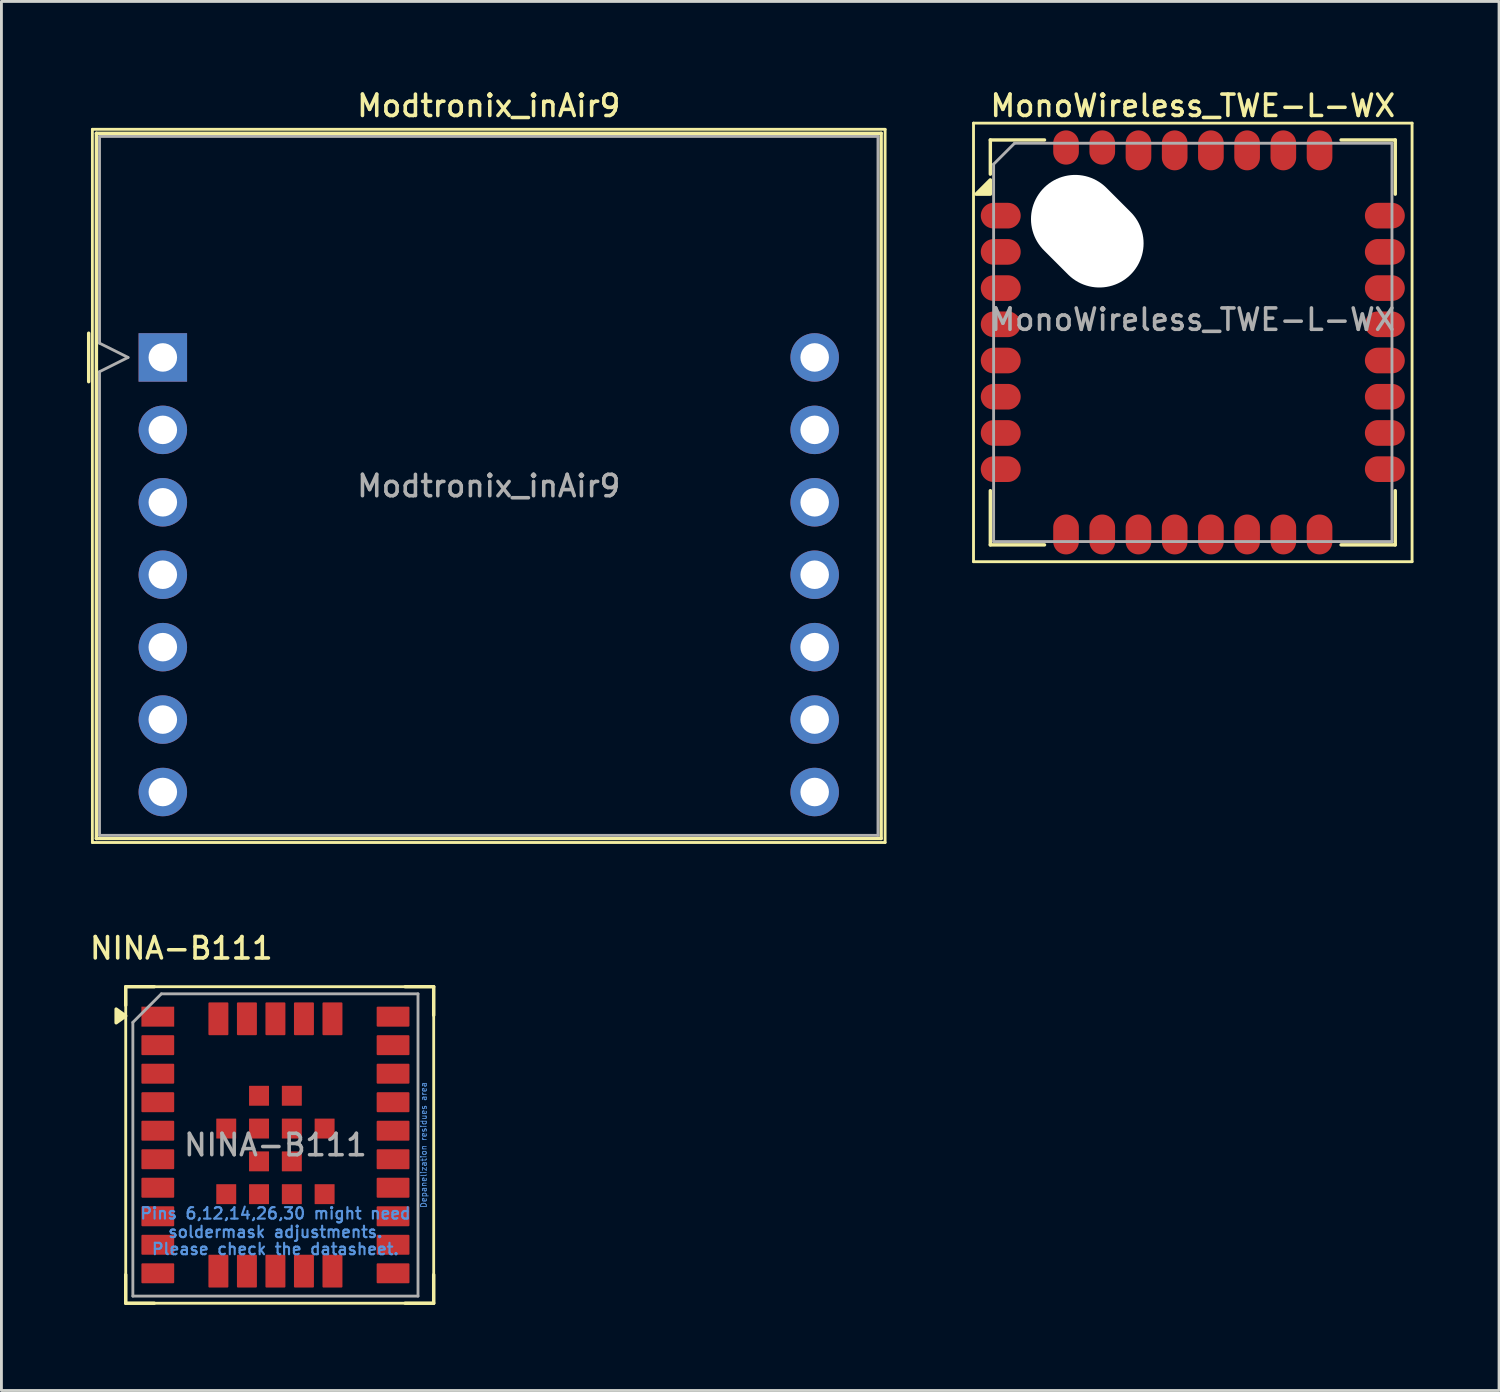
<source format=kicad_pcb>
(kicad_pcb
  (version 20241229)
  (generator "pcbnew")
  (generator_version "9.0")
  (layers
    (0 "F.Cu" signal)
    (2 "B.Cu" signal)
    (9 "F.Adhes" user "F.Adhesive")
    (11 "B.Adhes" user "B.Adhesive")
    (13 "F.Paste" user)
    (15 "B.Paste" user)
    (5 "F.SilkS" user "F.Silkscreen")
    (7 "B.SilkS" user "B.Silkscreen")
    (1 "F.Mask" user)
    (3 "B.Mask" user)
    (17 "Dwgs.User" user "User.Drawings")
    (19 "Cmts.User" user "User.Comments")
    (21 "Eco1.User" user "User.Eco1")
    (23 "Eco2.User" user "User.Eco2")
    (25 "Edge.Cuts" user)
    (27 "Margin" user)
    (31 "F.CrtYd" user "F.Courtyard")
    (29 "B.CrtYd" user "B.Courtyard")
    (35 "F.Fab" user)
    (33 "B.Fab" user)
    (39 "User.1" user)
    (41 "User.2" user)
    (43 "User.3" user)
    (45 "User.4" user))
  (footprint "Modtronix_inAir9"
    (layer "F.Cu")
    (at 2.66 9.485)
    (property "Reference" "Modtronix_inAir9" (at 11.43 -8.826 0) (layer "F.SilkS") (effects (font (size 0.75 0.75) (thickness 0.125))))
    (attr through_hole)
    (fp_line (start -2.6 -0.85) (end -2.6 0.85) (stroke (width 0.12) (type solid)) (layer "F.SilkS"))
    (fp_line (start -2.47 -8) (end 25.33 -8) (stroke (width 0.1) (type solid)) (layer "F.SilkS"))
    (fp_line (start -2.47 17.01) (end -2.47 -8) (stroke (width 0.1) (type solid)) (layer "F.SilkS"))
    (fp_line (start -2.33 -7.86) (end 25.19 -7.86) (stroke (width 0.12) (type solid)) (layer "F.SilkS"))
    (fp_line (start -2.33 16.87) (end -2.33 -7.86) (stroke (width 0.12) (type solid)) (layer "F.SilkS"))
    (fp_line (start 25.19 -7.86) (end 25.19 16.87) (stroke (width 0.12) (type solid)) (layer "F.SilkS"))
    (fp_line (start 25.19 16.87) (end -2.33 16.87) (stroke (width 0.12) (type solid)) (layer "F.SilkS"))
    (fp_line (start 25.33 -8) (end 25.33 17.01) (stroke (width 0.1) (type solid)) (layer "F.SilkS"))
    (fp_line (start 25.33 17.01) (end -2.47 17.01) (stroke (width 0.1) (type solid)) (layer "F.SilkS"))
    (fp_line (start -2.22 -7.75) (end 25.08 -7.75) (stroke (width 0.1) (type solid)) (layer "F.Fab"))
    (fp_line (start -2.22 -0.5) (end -2.22 -7.75) (stroke (width 0.1) (type solid)) (layer "F.Fab"))
    (fp_line (start -2.22 0.5) (end -1.22 0) (stroke (width 0.1) (type solid)) (layer "F.Fab"))
    (fp_line (start -2.22 16.76) (end -2.22 0.5) (stroke (width 0.1) (type solid)) (layer "F.Fab"))
    (fp_line (start -2.22 16.76) (end 25.08 16.76) (stroke (width 0.1) (type solid)) (layer "F.Fab"))
    (fp_line (start -1.22 0) (end -2.22 -0.5) (stroke (width 0.1) (type solid)) (layer "F.Fab"))
    (fp_line (start 25.08 -7.75) (end 25.08 16.76) (stroke (width 0.1) (type solid)) (layer "F.Fab"))
    (fp_text user "${REFERENCE}" (at 11.43 4.508 0) (layer "F.Fab") (effects (font (size 0.75 0.75) (thickness 0.125))))
    (pad "1" thru_hole rect (at 0 0) (size 1.7 1.7) (drill 1) (layers "*.Cu" "*.Mask"))
    (pad "2" thru_hole circle (at 0 2.54) (size 1.7 1.7) (drill 1) (layers "*.Cu" "*.Mask"))
    (pad "3" thru_hole circle (at 0 5.08) (size 1.7 1.7) (drill 1) (layers "*.Cu" "*.Mask"))
    (pad "4" thru_hole circle (at 0 7.62) (size 1.7 1.7) (drill 1) (layers "*.Cu" "*.Mask"))
    (pad "5" thru_hole circle (at 0 10.16) (size 1.7 1.7) (drill 1) (layers "*.Cu" "*.Mask"))
    (pad "6" thru_hole circle (at 0 12.7) (size 1.7 1.7) (drill 1) (layers "*.Cu" "*.Mask"))
    (pad "7" thru_hole circle (at 0 15.24) (size 1.7 1.7) (drill 1) (layers "*.Cu" "*.Mask"))
    (pad "8" thru_hole circle (at 22.86 15.24) (size 1.7 1.7) (drill 1) (layers "*.Cu" "*.Mask"))
    (pad "9" thru_hole circle (at 22.86 12.7) (size 1.7 1.7) (drill 1) (layers "*.Cu" "*.Mask"))
    (pad "10" thru_hole circle (at 22.86 10.16) (size 1.7 1.7) (drill 1) (layers "*.Cu" "*.Mask"))
    (pad "11" thru_hole circle (at 22.86 7.62) (size 1.7 1.7) (drill 1) (layers "*.Cu" "*.Mask"))
    (pad "12" thru_hole circle (at 22.86 5.08) (size 1.7 1.7) (drill 1) (layers "*.Cu" "*.Mask"))
    (pad "13" thru_hole circle (at 22.86 2.54) (size 1.7 1.7) (drill 1) (layers "*.Cu" "*.Mask"))
    (pad "14" thru_hole circle (at 22.86 0) (size 1.7 1.7) (drill 1) (layers "*.Cu" "*.Mask")))
  (footprint "NINA-B111"
    (layer "F.Cu")
    (at 6.609 37.103)
    (property "Reference" "NINA-B111" (at -3.3 -6.9 180) (layer "F.SilkS") (effects (font (size 0.75 0.75) (thickness 0.125))))
    (attr smd)
    (fp_line (start -5.25 -5.55) (end -4.25 -5.55) (stroke (width 0.12) (type solid)) (layer "F.SilkS"))
    (fp_line (start -5.25 -4.9) (end -5.25 -5.55) (stroke (width 0.12) (type solid)) (layer "F.SilkS"))
    (fp_line (start -5.25 5.55) (end -5.25 4.55) (stroke (width 0.12) (type solid)) (layer "F.SilkS"))
    (fp_line (start -4.25 5.55) (end -5.25 5.55) (stroke (width 0.12) (type solid)) (layer "F.SilkS"))
    (fp_line (start 4.55 -5.55) (end 5.55 -5.55) (stroke (width 0.12) (type solid)) (layer "F.SilkS"))
    (fp_line (start 5.55 -5.55) (end 5.55 -4.55) (stroke (width 0.12) (type solid)) (layer "F.SilkS"))
    (fp_line (start 5.55 4.55) (end 5.55 5.55) (stroke (width 0.12) (type solid)) (layer "F.SilkS"))
    (fp_line (start 5.55 5.55) (end 4.55 5.55) (stroke (width 0.12) (type solid)) (layer "F.SilkS"))
    (fp_rect (start -5.25 -5.55) (end 5.55 5.55) (stroke (width 0.1) (type solid)) (fill no) (layer "F.SilkS"))
    (fp_poly (pts (xy -5.25 -4.525) (xy -5.586 -4.285) (xy -5.586 -4.765) (xy -5.25 -4.525)) (stroke (width 0.12) (type solid)) (fill yes) (layer "F.SilkS"))
    (fp_line (start -5 -4.3) (end -5 5.3) (stroke (width 0.1) (type solid)) (layer "F.Fab"))
    (fp_line (start -5 -4.3) (end -4 -5.3) (stroke (width 0.1) (type solid)) (layer "F.Fab"))
    (fp_line (start -5 5.3) (end 5 5.3) (stroke (width 0.1) (type solid)) (layer "F.Fab"))
    (fp_line (start 5 -5.3) (end -4 -5.3) (stroke (width 0.1) (type solid)) (layer "F.Fab"))
    (fp_line (start 5 5.3) (end 5 -5.3) (stroke (width 0.1) (type solid)) (layer "F.Fab"))
    (fp_text user "soldermask adjustments." (at 0 3.05 0) (unlocked yes) (layer "Cmts.User") (effects (font (size 0.4 0.4) (thickness 0.075))))
    (fp_text user "Depanelization residues area" (at 5.2 0 90) (unlocked yes) (layer "Cmts.User") (effects (font (size 0.2 0.2) (thickness 0.03))))
    (fp_text user "Please check the datasheet." (at 0 3.65 0) (unlocked yes) (layer "Cmts.User") (effects (font (size 0.4 0.4) (thickness 0.075))))
    (fp_text user "Pins 6,12,14,26,30 might need" (at 0 2.4 0) (unlocked yes) (layer "Cmts.User") (effects (font (size 0.4 0.4) (thickness 0.075))))
    (fp_text user "${REFERENCE}" (at 0 0 0) (unlocked yes) (layer "F.Fab") (effects (font (size 0.75 0.75) (thickness 0.125))))
    (pad "1" smd rect (at -4.125 -4.5) (size 1.15 0.7) (layers "F.Cu" "F.Mask" "F.Paste"))
    (pad "2" smd roundrect (at -4.125 -3.5) (size 1.15 0.7) (layers "F.Cu" "F.Mask" "F.Paste") (roundrect_rratio 0.05))
    (pad "3" smd roundrect (at -4.125 -2.5) (size 1.15 0.7) (layers "F.Cu" "F.Mask" "F.Paste") (roundrect_rratio 0.05))
    (pad "4" smd roundrect (at -4.125 -1.5) (size 1.15 0.7) (layers "F.Cu" "F.Mask" "F.Paste") (roundrect_rratio 0.05))
    (pad "5" smd roundrect (at -4.125 -0.5) (size 1.15 0.7) (layers "F.Cu" "F.Mask" "F.Paste") (roundrect_rratio 0.05))
    (pad "6" smd roundrect (at -4.125 0.5) (size 1.15 0.7) (layers "F.Cu" "F.Mask" "F.Paste") (roundrect_rratio 0.05))
    (pad "7" smd roundrect (at -4.125 1.5) (size 1.15 0.7) (layers "F.Cu" "F.Mask" "F.Paste") (roundrect_rratio 0.05))
    (pad "8" smd roundrect (at -4.125 2.5) (size 1.15 0.7) (layers "F.Cu" "F.Mask" "F.Paste") (roundrect_rratio 0.05))
    (pad "9" smd roundrect (at -4.125 3.5) (size 1.15 0.7) (layers "F.Cu" "F.Mask" "F.Paste") (roundrect_rratio 0.05))
    (pad "10" smd roundrect (at -4.125 4.5) (size 1.15 0.7) (layers "F.Cu" "F.Mask" "F.Paste") (roundrect_rratio 0.05))
    (pad "11" smd roundrect (at -2 4.425 90) (size 1.15 0.7) (layers "F.Cu" "F.Mask" "F.Paste") (roundrect_rratio 0.05))
    (pad "12" smd roundrect (at -1 4.425 90) (size 1.15 0.7) (layers "F.Cu" "F.Mask" "F.Paste") (roundrect_rratio 0.05))
    (pad "13" smd roundrect (at 0 4.425 90) (size 1.15 0.7) (layers "F.Cu" "F.Mask" "F.Paste") (roundrect_rratio 0.05))
    (pad "14" smd roundrect (at 1 4.425 90) (size 1.15 0.7) (layers "F.Cu" "F.Mask" "F.Paste") (roundrect_rratio 0.05))
    (pad "15" smd roundrect (at 2 4.425 90) (size 1.15 0.7) (layers "F.Cu" "F.Mask" "F.Paste") (roundrect_rratio 0.05))
    (pad "16" smd roundrect (at 4.125 4.5) (size 1.15 0.7) (layers "F.Cu" "F.Mask" "F.Paste") (roundrect_rratio 0.05))
    (pad "17" smd roundrect (at 4.125 3.5) (size 1.15 0.7) (layers "F.Cu" "F.Mask" "F.Paste") (roundrect_rratio 0.05))
    (pad "18" smd roundrect (at 4.125 2.5) (size 1.15 0.7) (layers "F.Cu" "F.Mask" "F.Paste") (roundrect_rratio 0.05))
    (pad "19" smd roundrect (at 4.125 1.5) (size 1.15 0.7) (layers "F.Cu" "F.Mask" "F.Paste") (roundrect_rratio 0.05))
    (pad "20" smd roundrect (at 4.125 0.5) (size 1.15 0.7) (layers "F.Cu" "F.Mask" "F.Paste") (roundrect_rratio 0.05))
    (pad "21" smd roundrect (at 4.125 -0.5) (size 1.15 0.7) (layers "F.Cu" "F.Mask" "F.Paste") (roundrect_rratio 0.05))
    (pad "22" smd roundrect (at 4.125 -1.5) (size 1.15 0.7) (layers "F.Cu" "F.Mask" "F.Paste") (roundrect_rratio 0.05))
    (pad "23" smd roundrect (at 4.125 -2.5) (size 1.15 0.7) (layers "F.Cu" "F.Mask" "F.Paste") (roundrect_rratio 0.05))
    (pad "24" smd roundrect (at 4.125 -3.5) (size 1.15 0.7) (layers "F.Cu" "F.Mask" "F.Paste") (roundrect_rratio 0.05))
    (pad "25" smd roundrect (at 4.125 -4.5) (size 1.15 0.7) (layers "F.Cu" "F.Mask" "F.Paste") (roundrect_rratio 0.05))
    (pad "26" smd roundrect (at 2 -4.425 90) (size 1.15 0.7) (layers "F.Cu" "F.Mask" "F.Paste") (roundrect_rratio 0.05))
    (pad "27" smd roundrect (at 1 -4.425 90) (size 1.15 0.7) (layers "F.Cu" "F.Mask" "F.Paste") (roundrect_rratio 0.05))
    (pad "28" smd roundrect (at 0 -4.425 90) (size 1.15 0.7) (layers "F.Cu" "F.Mask" "F.Paste") (roundrect_rratio 0.05))
    (pad "29" smd roundrect (at -1 -4.425 90) (size 1.15 0.7) (layers "F.Cu" "F.Mask" "F.Paste") (roundrect_rratio 0.05))
    (pad "30" smd roundrect (at -2 -4.425 90) (size 1.15 0.7) (layers "F.Cu" "F.Mask" "F.Paste") (roundrect_rratio 0.05))
    (pad "31" smd roundrect (at -0.575 -1.725 270) (size 0.7 0.7) (layers "F.Cu" "F.Mask" "F.Paste") (roundrect_rratio 0.02))
    (pad "32" smd roundrect (at 0.575 -1.725 270) (size 0.7 0.7) (layers "F.Cu" "F.Mask" "F.Paste") (roundrect_rratio 0.02))
    (pad "33" smd roundrect (at -1.725 -0.575 270) (size 0.7 0.7) (layers "F.Cu" "F.Mask" "F.Paste") (roundrect_rratio 0.02))
    (pad "34" smd roundrect (at -0.575 -0.575 270) (size 0.7 0.7) (layers "F.Cu" "F.Mask" "F.Paste") (roundrect_rratio 0.02))
    (pad "35" smd roundrect (at 0.575 -0.575 270) (size 0.7 0.7) (layers "F.Cu" "F.Mask" "F.Paste") (roundrect_rratio 0.02))
    (pad "36" smd roundrect (at 1.725 -0.575 270) (size 0.7 0.7) (layers "F.Cu" "F.Mask" "F.Paste") (roundrect_rratio 0.02))
    (pad "37" smd roundrect (at -0.575 0.575 270) (size 0.7 0.7) (layers "F.Cu" "F.Mask" "F.Paste") (roundrect_rratio 0.02))
    (pad "38" smd roundrect (at 0.575 0.575 270) (size 0.7 0.7) (layers "F.Cu" "F.Mask" "F.Paste") (roundrect_rratio 0.02))
    (pad "39" smd roundrect (at -1.725 1.725 270) (size 0.7 0.7) (layers "F.Cu" "F.Mask" "F.Paste") (roundrect_rratio 0.02))
    (pad "40" smd roundrect (at -0.575 1.725 270) (size 0.7 0.7) (layers "F.Cu" "F.Mask" "F.Paste") (roundrect_rratio 0.02))
    (pad "41" smd roundrect (at 0.575 1.725 270) (size 0.7 0.7) (layers "F.Cu" "F.Mask" "F.Paste") (roundrect_rratio 0.02))
    (pad "42" smd roundrect (at 1.725 1.725 270) (size 0.7 0.7) (layers "F.Cu" "F.Mask" "F.Paste") (roundrect_rratio 0.02))
    (zone (net_name "") (layer "F.Cu") (name "Depanelization residues area") (hatch edge 0.508) (connect_pads) (min_thickness 0.254) (filled_areas_thickness no) (keepout (tracks allowed) (vias allowed) (pads allowed) (copperpour allowed) (footprints not_allowed)) (placement (enabled no)) (fill) (polygon (pts (xy 11.959 42.403) (xy 11.609 42.403) (xy 11.609 31.803) (xy 11.959 31.803)))))
  (footprint "MonoWireless_TWE-L-WX"
    (layer "F.Cu")
    (at 38.78 8.958)
    (property "Reference" "MonoWireless_TWE-L-WX" (at 0 -8.3 0) (layer "F.SilkS") (effects (font (size 0.75 0.75) (thickness 0.125))))
    (attr smd)
    (fp_line (start -7.69 -7.69) (end -7.69 7.69) (stroke (width 0.1) (type solid)) (layer "F.SilkS"))
    (fp_line (start -7.69 7.69) (end 7.69 7.69) (stroke (width 0.1) (type solid)) (layer "F.SilkS"))
    (fp_line (start -7.1 -7.1) (end -7.1 -5.9) (stroke (width 0.12) (type solid)) (layer "F.SilkS"))
    (fp_line (start -7.1 5.2) (end -7.1 7.1) (stroke (width 0.12) (type solid)) (layer "F.SilkS"))
    (fp_line (start -7.1 7.1) (end -5.2 7.1) (stroke (width 0.12) (type solid)) (layer "F.SilkS"))
    (fp_line (start -5.2 -7.1) (end -7.1 -7.1) (stroke (width 0.12) (type solid)) (layer "F.SilkS"))
    (fp_line (start 5.2 -7.1) (end 7.1 -7.1) (stroke (width 0.12) (type solid)) (layer "F.SilkS"))
    (fp_line (start 5.2 7.1) (end 7.1 7.1) (stroke (width 0.12) (type solid)) (layer "F.SilkS"))
    (fp_line (start 7.1 -7.1) (end 7.1 -5.2) (stroke (width 0.12) (type solid)) (layer "F.SilkS"))
    (fp_line (start 7.1 7.1) (end 7.1 5.2) (stroke (width 0.12) (type solid)) (layer "F.SilkS"))
    (fp_line (start 7.69 -7.69) (end -7.69 -7.69) (stroke (width 0.1) (type solid)) (layer "F.SilkS"))
    (fp_line (start 7.69 7.69) (end 7.69 -7.69) (stroke (width 0.1) (type solid)) (layer "F.SilkS"))
    (fp_poly (pts (xy -7.1 -5.2) (xy -7.6 -5.2) (xy -7.1 -5.7) (xy -7.1 -5.2)) (stroke (width 0.12) (type solid)) (fill yes) (layer "F.SilkS"))
    (fp_line (start -6.985 -6.25) (end -6.985 6.985) (stroke (width 0.1) (type solid)) (layer "F.Fab"))
    (fp_line (start -6.985 6.985) (end 6.985 6.985) (stroke (width 0.1) (type solid)) (layer "F.Fab"))
    (fp_line (start -6.25 -6.985) (end -6.985 -6.25) (stroke (width 0.1) (type solid)) (layer "F.Fab"))
    (fp_line (start 6.985 -6.985) (end -6.25 -6.985) (stroke (width 0.1) (type solid)) (layer "F.Fab"))
    (fp_line (start 6.985 6.985) (end 6.985 -6.985) (stroke (width 0.1) (type solid)) (layer "F.Fab"))
    (fp_text user "${REFERENCE}" (at 0 -0.8 0) (layer "F.Fab") (effects (font (size 0.75 0.75) (thickness 0.125))))
    (pad "" np_thru_hole oval (at -3.7 -3.9 315) (size 4.3 3.1) (drill oval 4.3 3.1) (layers "*.Cu" "*.Mask"))
    (pad "1" smd oval (at -6.735 -4.445 90) (size 0.9 1.4) (layers "F.Cu" "F.Mask" "F.Paste"))
    (pad "2" smd oval (at -6.735 -3.175 90) (size 0.9 1.4) (layers "F.Cu" "F.Mask" "F.Paste"))
    (pad "3" smd oval (at -6.735 -1.905 90) (size 0.9 1.4) (layers "F.Cu" "F.Mask" "F.Paste"))
    (pad "4" smd oval (at -6.735 -0.635 90) (size 0.9 1.4) (layers "F.Cu" "F.Mask" "F.Paste"))
    (pad "5" smd oval (at -6.735 0.635 90) (size 0.9 1.4) (layers "F.Cu" "F.Mask" "F.Paste"))
    (pad "6" smd oval (at -6.735 1.905 90) (size 0.9 1.4) (layers "F.Cu" "F.Mask" "F.Paste"))
    (pad "7" smd oval (at -6.735 3.175 90) (size 0.9 1.4) (layers "F.Cu" "F.Mask" "F.Paste"))
    (pad "8" smd oval (at -6.735 4.445 90) (size 0.9 1.4) (layers "F.Cu" "F.Mask" "F.Paste"))
    (pad "9" smd oval (at -4.445 6.735) (size 0.9 1.4) (layers "F.Cu" "F.Mask" "F.Paste"))
    (pad "10" smd oval (at -3.175 6.735) (size 0.9 1.4) (layers "F.Cu" "F.Mask" "F.Paste"))
    (pad "11" smd oval (at -1.905 6.735) (size 0.9 1.4) (layers "F.Cu" "F.Mask" "F.Paste"))
    (pad "12" smd oval (at -0.635 6.735) (size 0.9 1.4) (layers "F.Cu" "F.Mask" "F.Paste"))
    (pad "13" smd oval (at 0.635 6.735) (size 0.9 1.4) (layers "F.Cu" "F.Mask" "F.Paste"))
    (pad "14" smd oval (at 1.905 6.735) (size 0.9 1.4) (layers "F.Cu" "F.Mask" "F.Paste"))
    (pad "15" smd oval (at 3.175 6.735) (size 0.9 1.4) (layers "F.Cu" "F.Mask" "F.Paste"))
    (pad "16" smd oval (at 4.445 6.735) (size 0.9 1.4) (layers "F.Cu" "F.Mask" "F.Paste"))
    (pad "17" smd oval (at 6.735 4.445 90) (size 0.9 1.4) (layers "F.Cu" "F.Mask" "F.Paste"))
    (pad "18" smd oval (at 6.735 3.175 90) (size 0.9 1.4) (layers "F.Cu" "F.Mask" "F.Paste"))
    (pad "19" smd oval (at 6.735 1.905 90) (size 0.9 1.4) (layers "F.Cu" "F.Mask" "F.Paste"))
    (pad "20" smd oval (at 6.735 0.635 90) (size 0.9 1.4) (layers "F.Cu" "F.Mask" "F.Paste"))
    (pad "21" smd oval (at 6.735 -0.635 90) (size 0.9 1.4) (layers "F.Cu" "F.Mask" "F.Paste"))
    (pad "22" smd oval (at 6.735 -1.905 90) (size 0.9 1.4) (layers "F.Cu" "F.Mask" "F.Paste"))
    (pad "23" smd oval (at 6.735 -3.175 90) (size 0.9 1.4) (layers "F.Cu" "F.Mask" "F.Paste"))
    (pad "24" smd oval (at 6.735 -4.445 90) (size 0.9 1.4) (layers "F.Cu" "F.Mask" "F.Paste"))
    (pad "25" smd oval (at 4.445 -6.735) (size 0.9 1.4) (layers "F.Cu" "F.Mask" "F.Paste"))
    (pad "26" smd oval (at 3.175 -6.735) (size 0.9 1.4) (layers "F.Cu" "F.Mask" "F.Paste"))
    (pad "27" smd oval (at 1.905 -6.735) (size 0.9 1.4) (layers "F.Cu" "F.Mask" "F.Paste"))
    (pad "28" smd oval (at 0.635 -6.735) (size 0.9 1.4) (layers "F.Cu" "F.Mask" "F.Paste"))
    (pad "29" smd oval (at -0.635 -6.735) (size 0.9 1.4) (layers "F.Cu" "F.Mask" "F.Paste"))
    (pad "30" smd oval (at -1.905 -6.735) (size 0.9 1.4) (layers "F.Cu" "F.Mask" "F.Paste"))
    (pad "31" smd oval (at -3.175 -6.835) (size 0.9 1.2) (layers "F.Cu" "F.Mask" "F.Paste"))
    (pad "32" smd oval (at -4.445 -6.835) (size 0.9 1.2) (layers "F.Cu" "F.Mask" "F.Paste")))
  (gr_rect
    (start -3 -3)
    (end 49.52 45.713)
    (stroke (width 0.1) (type default))
    (fill no)
    (layer "Edge.Cuts")))
</source>
